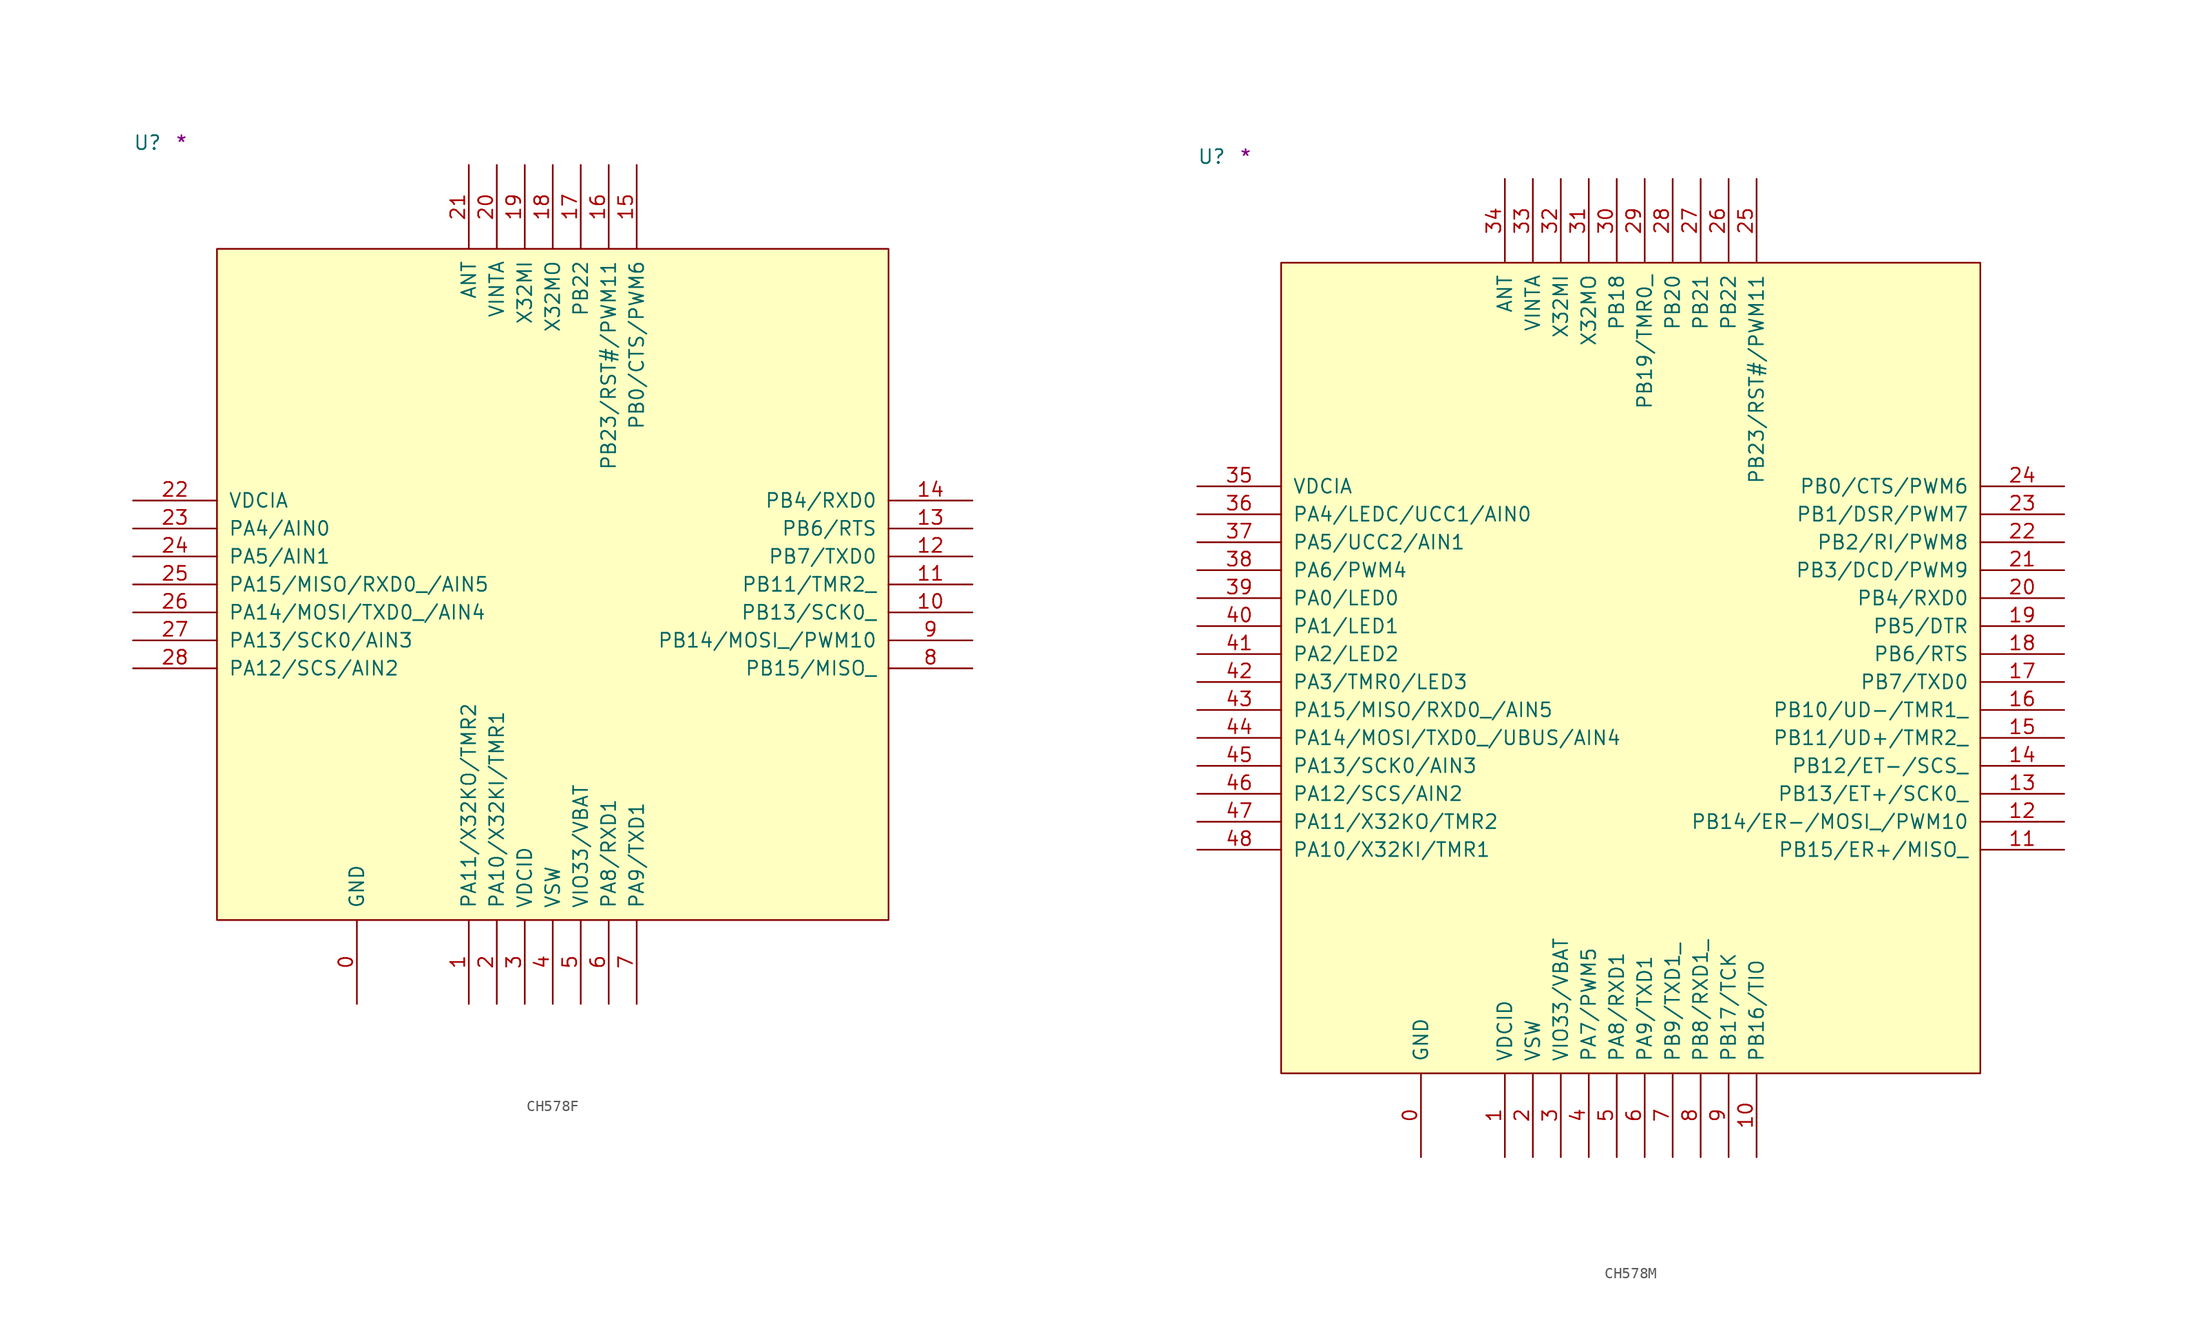
<source format=kicad_sym>
(kicad_symbol_lib
  (version 20211014)
  (generator kicad_symbol_editor)
  (symbol "CH578F"
    (pin_names
      (offset 1.016))
    (property "Reference" "U"
      (at -7.62 8.89 0)
      (effects (font (size 1.27 1.27)) (justify left bottom)))
    (property "Comment" "*"
      (at -3.81 8.89 0)
      (effects (font (size 1.27 1.27)) (justify left bottom)))
    (symbol "CH578F_1_1"
      (rectangle (start 0 -60.96) (end 60.96 0) (stroke (width 0) (type default) (color 0 0 0 0)) (fill (type background)))
      (pin power_in line (at 12.7 -68.58 90) (length 7.62) (name "GND" (effects (font (size 1.27 1.27)))) (number "0" (effects (font (size 1.27 1.27)))))
      (pin bidirectional line (at 22.86 -68.58 90) (length 7.62) (name "PA11/X32KO/TMR2" (effects (font (size 1.27 1.27)))) (number "1" (effects (font (size 1.27 1.27)))))
      (pin bidirectional line (at 68.58 -33.02 180) (length 7.62) (name "PB13/SCK0_" (effects (font (size 1.27 1.27)))) (number "10" (effects (font (size 1.27 1.27)))))
      (pin bidirectional line (at 68.58 -30.48 180) (length 7.62) (name "PB11/TMR2_" (effects (font (size 1.27 1.27)))) (number "11" (effects (font (size 1.27 1.27)))))
      (pin bidirectional line (at 68.58 -27.94 180) (length 7.62) (name "PB7/TXD0" (effects (font (size 1.27 1.27)))) (number "12" (effects (font (size 1.27 1.27)))))
      (pin bidirectional line (at 68.58 -25.4 180) (length 7.62) (name "PB6/RTS" (effects (font (size 1.27 1.27)))) (number "13" (effects (font (size 1.27 1.27)))))
      (pin bidirectional line (at 68.58 -22.86 180) (length 7.62) (name "PB4/RXD0" (effects (font (size 1.27 1.27)))) (number "14" (effects (font (size 1.27 1.27)))))
      (pin bidirectional line (at 38.1 7.62 270) (length 7.62) (name "PB0/CTS/PWM6" (effects (font (size 1.27 1.27)))) (number "15" (effects (font (size 1.27 1.27)))))
      (pin bidirectional line (at 35.56 7.62 270) (length 7.62) (name "PB23/RST#/PWM11" (effects (font (size 1.27 1.27)))) (number "16" (effects (font (size 1.27 1.27)))))
      (pin bidirectional line (at 33.02 7.62 270) (length 7.62) (name "PB22" (effects (font (size 1.27 1.27)))) (number "17" (effects (font (size 1.27 1.27)))))
      (pin output line (at 30.48 7.62 270) (length 7.62) (name "X32MO" (effects (font (size 1.27 1.27)))) (number "18" (effects (font (size 1.27 1.27)))))
      (pin input line (at 27.94 7.62 270) (length 7.62) (name "X32MI" (effects (font (size 1.27 1.27)))) (number "19" (effects (font (size 1.27 1.27)))))
      (pin bidirectional line (at 25.4 -68.58 90) (length 7.62) (name "PA10/X32KI/TMR1" (effects (font (size 1.27 1.27)))) (number "2" (effects (font (size 1.27 1.27)))))
      (pin power_in line (at 25.4 7.62 270) (length 7.62) (name "VINTA" (effects (font (size 1.27 1.27)))) (number "20" (effects (font (size 1.27 1.27)))))
      (pin bidirectional line (at 22.86 7.62 270) (length 7.62) (name "ANT" (effects (font (size 1.27 1.27)))) (number "21" (effects (font (size 1.27 1.27)))))
      (pin power_in line (at -7.62 -22.86 0) (length 7.62) (name "VDCIA" (effects (font (size 1.27 1.27)))) (number "22" (effects (font (size 1.27 1.27)))))
      (pin bidirectional line (at -7.62 -25.4 0) (length 7.62) (name "PA4/AIN0" (effects (font (size 1.27 1.27)))) (number "23" (effects (font (size 1.27 1.27)))))
      (pin bidirectional line (at -7.62 -27.94 0) (length 7.62) (name "PA5/AIN1" (effects (font (size 1.27 1.27)))) (number "24" (effects (font (size 1.27 1.27)))))
      (pin bidirectional line (at -7.62 -30.48 0) (length 7.62) (name "PA15/MISO/RXD0_/AIN5" (effects (font (size 1.27 1.27)))) (number "25" (effects (font (size 1.27 1.27)))))
      (pin bidirectional line (at -7.62 -33.02 0) (length 7.62) (name "PA14/MOSI/TXD0_/AIN4" (effects (font (size 1.27 1.27)))) (number "26" (effects (font (size 1.27 1.27)))))
      (pin bidirectional line (at -7.62 -35.56 0) (length 7.62) (name "PA13/SCK0/AIN3" (effects (font (size 1.27 1.27)))) (number "27" (effects (font (size 1.27 1.27)))))
      (pin bidirectional line (at -7.62 -38.1 0) (length 7.62) (name "PA12/SCS/AIN2" (effects (font (size 1.27 1.27)))) (number "28" (effects (font (size 1.27 1.27)))))
      (pin power_in line (at 27.94 -68.58 90) (length 7.62) (name "VDCID" (effects (font (size 1.27 1.27)))) (number "3" (effects (font (size 1.27 1.27)))))
      (pin power_in line (at 30.48 -68.58 90) (length 7.62) (name "VSW" (effects (font (size 1.27 1.27)))) (number "4" (effects (font (size 1.27 1.27)))))
      (pin power_in line (at 33.02 -68.58 90) (length 7.62) (name "VIO33/VBAT" (effects (font (size 1.27 1.27)))) (number "5" (effects (font (size 1.27 1.27)))))
      (pin bidirectional line (at 35.56 -68.58 90) (length 7.62) (name "PA8/RXD1" (effects (font (size 1.27 1.27)))) (number "6" (effects (font (size 1.27 1.27)))))
      (pin bidirectional line (at 38.1 -68.58 90) (length 7.62) (name "PA9/TXD1" (effects (font (size 1.27 1.27)))) (number "7" (effects (font (size 1.27 1.27)))))
      (pin bidirectional line (at 68.58 -38.1 180) (length 7.62) (name "PB15/MISO_" (effects (font (size 1.27 1.27)))) (number "8" (effects (font (size 1.27 1.27)))))
      (pin bidirectional line (at 68.58 -35.56 180) (length 7.62) (name "PB14/MOSI_/PWM10" (effects (font (size 1.27 1.27)))) (number "9" (effects (font (size 1.27 1.27)))))))
  (symbol "CH578M"
    (pin_names
      (offset 1.016))
    (property "Reference" "U"
      (at -7.62 8.89 0)
      (effects (font (size 1.27 1.27)) (justify left bottom)))
    (property "Comment" "*"
      (at -3.81 8.89 0)
      (effects (font (size 1.27 1.27)) (justify left bottom)))
    (symbol "CH578M_1_1"
      (rectangle (start 0 -73.66) (end 63.5 0) (stroke (width 0) (type default) (color 0 0 0 0)) (fill (type background)))
      (pin power_in line (at 12.7 -81.28 90) (length 7.62) (name "GND" (effects (font (size 1.27 1.27)))) (number "0" (effects (font (size 1.27 1.27)))))
      (pin power_in line (at 20.32 -81.28 90) (length 7.62) (name "VDCID" (effects (font (size 1.27 1.27)))) (number "1" (effects (font (size 1.27 1.27)))))
      (pin bidirectional line (at 43.18 -81.28 90) (length 7.62) (name "PB16/TIO" (effects (font (size 1.27 1.27)))) (number "10" (effects (font (size 1.27 1.27)))))
      (pin bidirectional line (at 71.12 -53.34 180) (length 7.62) (name "PB15/ER+/MISO_" (effects (font (size 1.27 1.27)))) (number "11" (effects (font (size 1.27 1.27)))))
      (pin bidirectional line (at 71.12 -50.8 180) (length 7.62) (name "PB14/ER-/MOSI_/PWM10" (effects (font (size 1.27 1.27)))) (number "12" (effects (font (size 1.27 1.27)))))
      (pin bidirectional line (at 71.12 -48.26 180) (length 7.62) (name "PB13/ET+/SCK0_" (effects (font (size 1.27 1.27)))) (number "13" (effects (font (size 1.27 1.27)))))
      (pin bidirectional line (at 71.12 -45.72 180) (length 7.62) (name "PB12/ET-/SCS_" (effects (font (size 1.27 1.27)))) (number "14" (effects (font (size 1.27 1.27)))))
      (pin bidirectional line (at 71.12 -43.18 180) (length 7.62) (name "PB11/UD+/TMR2_" (effects (font (size 1.27 1.27)))) (number "15" (effects (font (size 1.27 1.27)))))
      (pin bidirectional line (at 71.12 -40.64 180) (length 7.62) (name "PB10/UD-/TMR1_" (effects (font (size 1.27 1.27)))) (number "16" (effects (font (size 1.27 1.27)))))
      (pin bidirectional line (at 71.12 -38.1 180) (length 7.62) (name "PB7/TXD0" (effects (font (size 1.27 1.27)))) (number "17" (effects (font (size 1.27 1.27)))))
      (pin bidirectional line (at 71.12 -35.56 180) (length 7.62) (name "PB6/RTS" (effects (font (size 1.27 1.27)))) (number "18" (effects (font (size 1.27 1.27)))))
      (pin bidirectional line (at 71.12 -33.02 180) (length 7.62) (name "PB5/DTR" (effects (font (size 1.27 1.27)))) (number "19" (effects (font (size 1.27 1.27)))))
      (pin power_in line (at 22.86 -81.28 90) (length 7.62) (name "VSW" (effects (font (size 1.27 1.27)))) (number "2" (effects (font (size 1.27 1.27)))))
      (pin bidirectional line (at 71.12 -30.48 180) (length 7.62) (name "PB4/RXD0" (effects (font (size 1.27 1.27)))) (number "20" (effects (font (size 1.27 1.27)))))
      (pin bidirectional line (at 71.12 -27.94 180) (length 7.62) (name "PB3/DCD/PWM9" (effects (font (size 1.27 1.27)))) (number "21" (effects (font (size 1.27 1.27)))))
      (pin bidirectional line (at 71.12 -25.4 180) (length 7.62) (name "PB2/RI/PWM8" (effects (font (size 1.27 1.27)))) (number "22" (effects (font (size 1.27 1.27)))))
      (pin bidirectional line (at 71.12 -22.86 180) (length 7.62) (name "PB1/DSR/PWM7" (effects (font (size 1.27 1.27)))) (number "23" (effects (font (size 1.27 1.27)))))
      (pin bidirectional line (at 71.12 -20.32 180) (length 7.62) (name "PB0/CTS/PWM6" (effects (font (size 1.27 1.27)))) (number "24" (effects (font (size 1.27 1.27)))))
      (pin bidirectional line (at 43.18 7.62 270) (length 7.62) (name "PB23/RST#/PWM11" (effects (font (size 1.27 1.27)))) (number "25" (effects (font (size 1.27 1.27)))))
      (pin bidirectional line (at 40.64 7.62 270) (length 7.62) (name "PB22" (effects (font (size 1.27 1.27)))) (number "26" (effects (font (size 1.27 1.27)))))
      (pin bidirectional line (at 38.1 7.62 270) (length 7.62) (name "PB21" (effects (font (size 1.27 1.27)))) (number "27" (effects (font (size 1.27 1.27)))))
      (pin bidirectional line (at 35.56 7.62 270) (length 7.62) (name "PB20" (effects (font (size 1.27 1.27)))) (number "28" (effects (font (size 1.27 1.27)))))
      (pin bidirectional line (at 33.02 7.62 270) (length 7.62) (name "PB19/TMR0_" (effects (font (size 1.27 1.27)))) (number "29" (effects (font (size 1.27 1.27)))))
      (pin power_in line (at 25.4 -81.28 90) (length 7.62) (name "VIO33/VBAT" (effects (font (size 1.27 1.27)))) (number "3" (effects (font (size 1.27 1.27)))))
      (pin bidirectional line (at 30.48 7.62 270) (length 7.62) (name "PB18" (effects (font (size 1.27 1.27)))) (number "30" (effects (font (size 1.27 1.27)))))
      (pin output line (at 27.94 7.62 270) (length 7.62) (name "X32MO" (effects (font (size 1.27 1.27)))) (number "31" (effects (font (size 1.27 1.27)))))
      (pin input line (at 25.4 7.62 270) (length 7.62) (name "X32MI" (effects (font (size 1.27 1.27)))) (number "32" (effects (font (size 1.27 1.27)))))
      (pin power_in line (at 22.86 7.62 270) (length 7.62) (name "VINTA" (effects (font (size 1.27 1.27)))) (number "33" (effects (font (size 1.27 1.27)))))
      (pin bidirectional line (at 20.32 7.62 270) (length 7.62) (name "ANT" (effects (font (size 1.27 1.27)))) (number "34" (effects (font (size 1.27 1.27)))))
      (pin power_in line (at -7.62 -20.32 0) (length 7.62) (name "VDCIA" (effects (font (size 1.27 1.27)))) (number "35" (effects (font (size 1.27 1.27)))))
      (pin bidirectional line (at -7.62 -22.86 0) (length 7.62) (name "PA4/LEDC/UCC1/AIN0" (effects (font (size 1.27 1.27)))) (number "36" (effects (font (size 1.27 1.27)))))
      (pin bidirectional line (at -7.62 -25.4 0) (length 7.62) (name "PA5/UCC2/AIN1" (effects (font (size 1.27 1.27)))) (number "37" (effects (font (size 1.27 1.27)))))
      (pin bidirectional line (at -7.62 -27.94 0) (length 7.62) (name "PA6/PWM4" (effects (font (size 1.27 1.27)))) (number "38" (effects (font (size 1.27 1.27)))))
      (pin bidirectional line (at -7.62 -30.48 0) (length 7.62) (name "PA0/LED0" (effects (font (size 1.27 1.27)))) (number "39" (effects (font (size 1.27 1.27)))))
      (pin bidirectional line (at 27.94 -81.28 90) (length 7.62) (name "PA7/PWM5" (effects (font (size 1.27 1.27)))) (number "4" (effects (font (size 1.27 1.27)))))
      (pin bidirectional line (at -7.62 -33.02 0) (length 7.62) (name "PA1/LED1" (effects (font (size 1.27 1.27)))) (number "40" (effects (font (size 1.27 1.27)))))
      (pin bidirectional line (at -7.62 -35.56 0) (length 7.62) (name "PA2/LED2" (effects (font (size 1.27 1.27)))) (number "41" (effects (font (size 1.27 1.27)))))
      (pin bidirectional line (at -7.62 -38.1 0) (length 7.62) (name "PA3/TMR0/LED3" (effects (font (size 1.27 1.27)))) (number "42" (effects (font (size 1.27 1.27)))))
      (pin bidirectional line (at -7.62 -40.64 0) (length 7.62) (name "PA15/MISO/RXD0_/AIN5" (effects (font (size 1.27 1.27)))) (number "43" (effects (font (size 1.27 1.27)))))
      (pin bidirectional line (at -7.62 -43.18 0) (length 7.62) (name "PA14/MOSI/TXD0_/UBUS/AIN4" (effects (font (size 1.27 1.27)))) (number "44" (effects (font (size 1.27 1.27)))))
      (pin bidirectional line (at -7.62 -45.72 0) (length 7.62) (name "PA13/SCK0/AIN3" (effects (font (size 1.27 1.27)))) (number "45" (effects (font (size 1.27 1.27)))))
      (pin bidirectional line (at -7.62 -48.26 0) (length 7.62) (name "PA12/SCS/AIN2" (effects (font (size 1.27 1.27)))) (number "46" (effects (font (size 1.27 1.27)))))
      (pin bidirectional line (at -7.62 -50.8 0) (length 7.62) (name "PA11/X32KO/TMR2" (effects (font (size 1.27 1.27)))) (number "47" (effects (font (size 1.27 1.27)))))
      (pin bidirectional line (at -7.62 -53.34 0) (length 7.62) (name "PA10/X32KI/TMR1" (effects (font (size 1.27 1.27)))) (number "48" (effects (font (size 1.27 1.27)))))
      (pin bidirectional line (at 30.48 -81.28 90) (length 7.62) (name "PA8/RXD1" (effects (font (size 1.27 1.27)))) (number "5" (effects (font (size 1.27 1.27)))))
      (pin bidirectional line (at 33.02 -81.28 90) (length 7.62) (name "PA9/TXD1" (effects (font (size 1.27 1.27)))) (number "6" (effects (font (size 1.27 1.27)))))
      (pin bidirectional line (at 35.56 -81.28 90) (length 7.62) (name "PB9/TXD1_" (effects (font (size 1.27 1.27)))) (number "7" (effects (font (size 1.27 1.27)))))
      (pin bidirectional line (at 38.1 -81.28 90) (length 7.62) (name "PB8/RXD1_" (effects (font (size 1.27 1.27)))) (number "8" (effects (font (size 1.27 1.27)))))
      (pin bidirectional line (at 40.64 -81.28 90) (length 7.62) (name "PB17/TCK" (effects (font (size 1.27 1.27)))) (number "9" (effects (font (size 1.27 1.27))))))))
</source>
